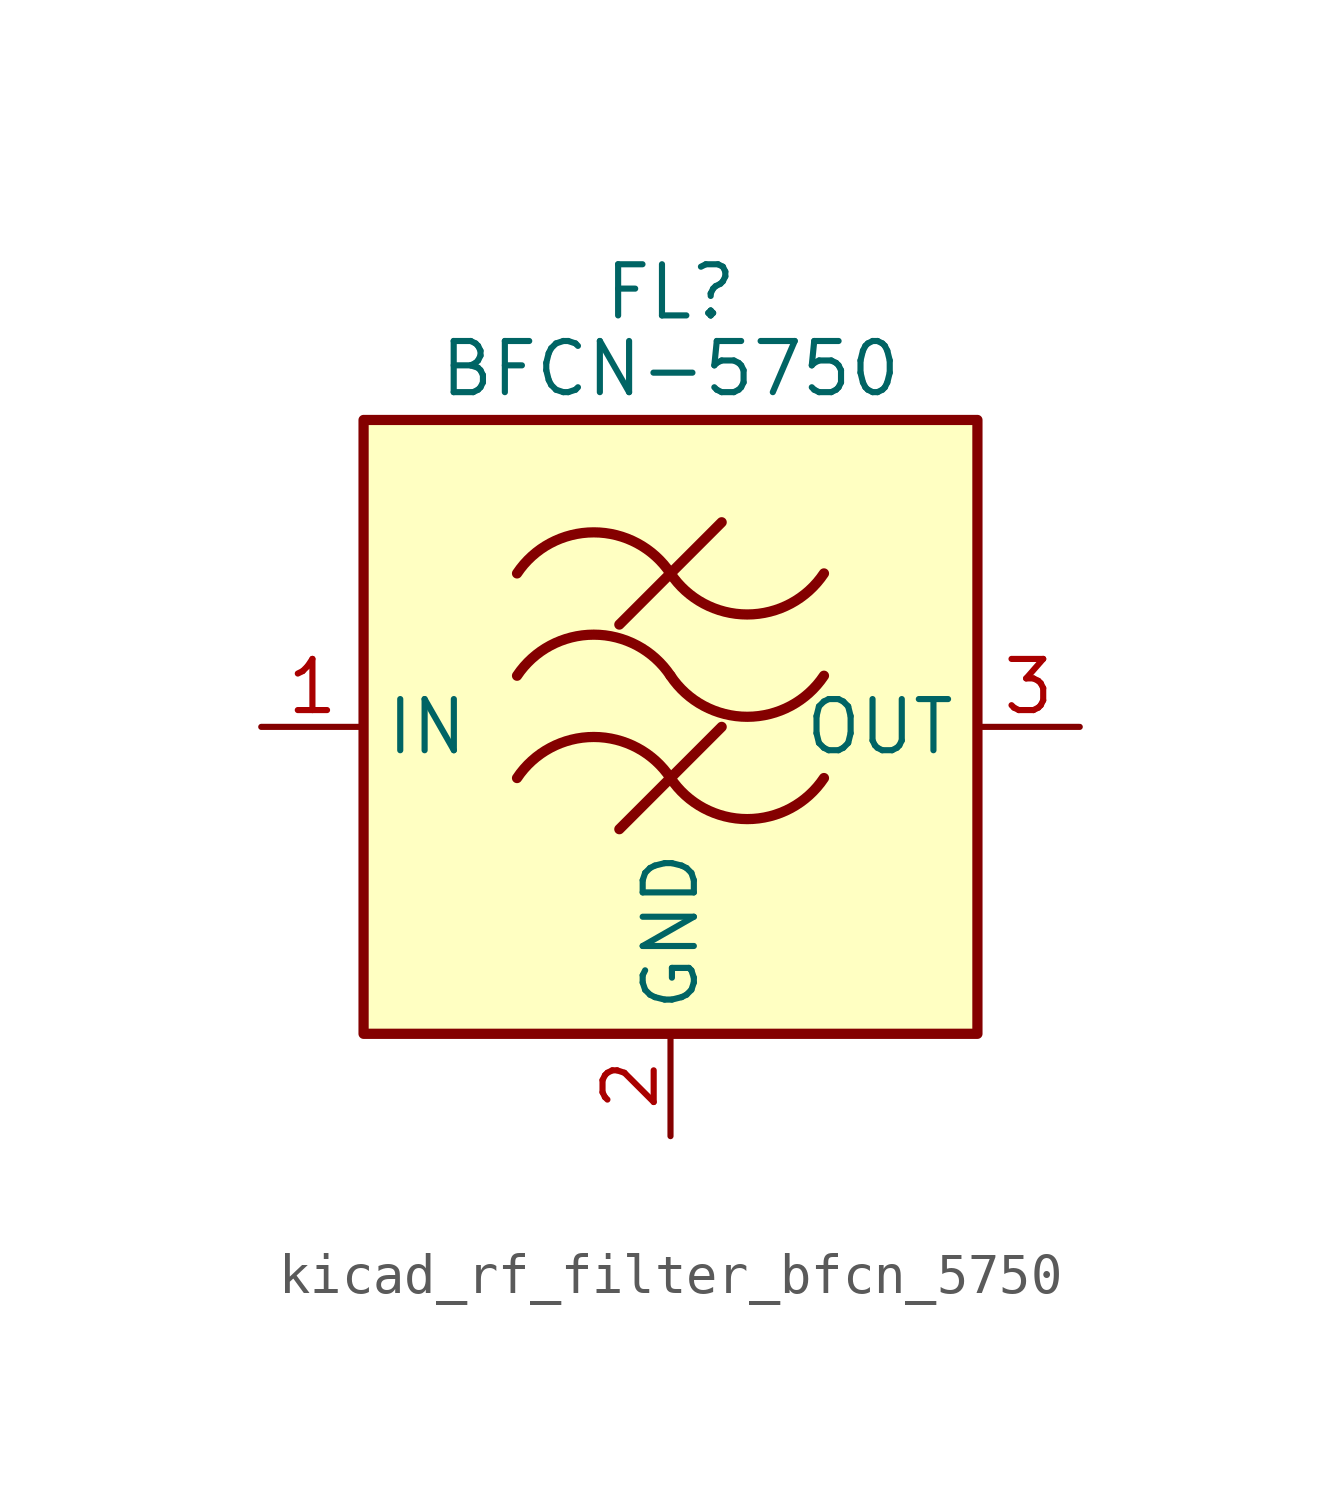
<source format=kicad_sym>
(kicad_symbol_lib
  (version 20220914)
  (generator kicad_symbol_editor)
  (symbol "kicad_rf_filter_bfcn_5750"
    (property "Reference" "FL"
      (at 0 10.795 0)
      (effects (font (size 1.27 1.27))))
    (property "Value" "BFCN-5750"
      (at 0 8.89 0)
      (effects (font (size 1.27 1.27))))
    (symbol "kicad_rf_filter_bfcn_5750_0_1"
      (rectangle (start -7.62 7.62) (end 7.62 -7.62) (stroke (width 0.254) (type default)) (fill (type background)))
      (arc (start 0 -1.27) (mid -1.905 -0.2505) (end -3.81 -1.27) (stroke (width 0.254) (type default)) (fill (type none)))
      (arc (start 0 -1.27) (mid 1.905 -2.2895) (end 3.81 -1.27) (stroke (width 0.254) (type default)) (fill (type none)))
      (polyline (pts (xy -1.27 -2.54) (xy 1.27 0)) (stroke (width 0.254) (type default)) (fill (type none)))
      (polyline (pts (xy -1.27 2.54) (xy 1.27 5.08)) (stroke (width 0.254) (type default)) (fill (type none)))
      (arc (start 0 1.27) (mid -1.905 2.2895) (end -3.81 1.27) (stroke (width 0.254) (type default)) (fill (type none)))
      (arc (start 0 1.27) (mid 1.905 0.2505) (end 3.81 1.27) (stroke (width 0.254) (type default)) (fill (type none)))
      (arc (start 0 3.81) (mid -1.905 4.8295) (end -3.81 3.81) (stroke (width 0.254) (type default)) (fill (type none)))
      (arc (start 0 3.81) (mid 1.905 2.7905) (end 3.81 3.81) (stroke (width 0.254) (type default)) (fill (type none))))
    (symbol "kicad_rf_filter_bfcn_5750_1_1"
      (pin passive line (at -10.16 0 0) (length 2.54) (name "IN" (effects (font (size 1.27 1.27)))) (number "1" (effects (font (size 1.27 1.27)))))
      (pin passive line (at 0 -10.16 90) (length 2.54) (name "GND" (effects (font (size 1.27 1.27)))) (number "2" (effects (font (size 1.27 1.27)))))
      (pin passive line (at 10.16 0 180) (length 2.54) (name "OUT" (effects (font (size 1.27 1.27)))) (number "3" (effects (font (size 1.27 1.27)))))
      (pin passive line (at 0 -10.16 90) (length 2.54) hide (name "GND" (effects (font (size 1.27 1.27)))) (number "4" (effects (font (size 1.27 1.27))))))))
</source>
